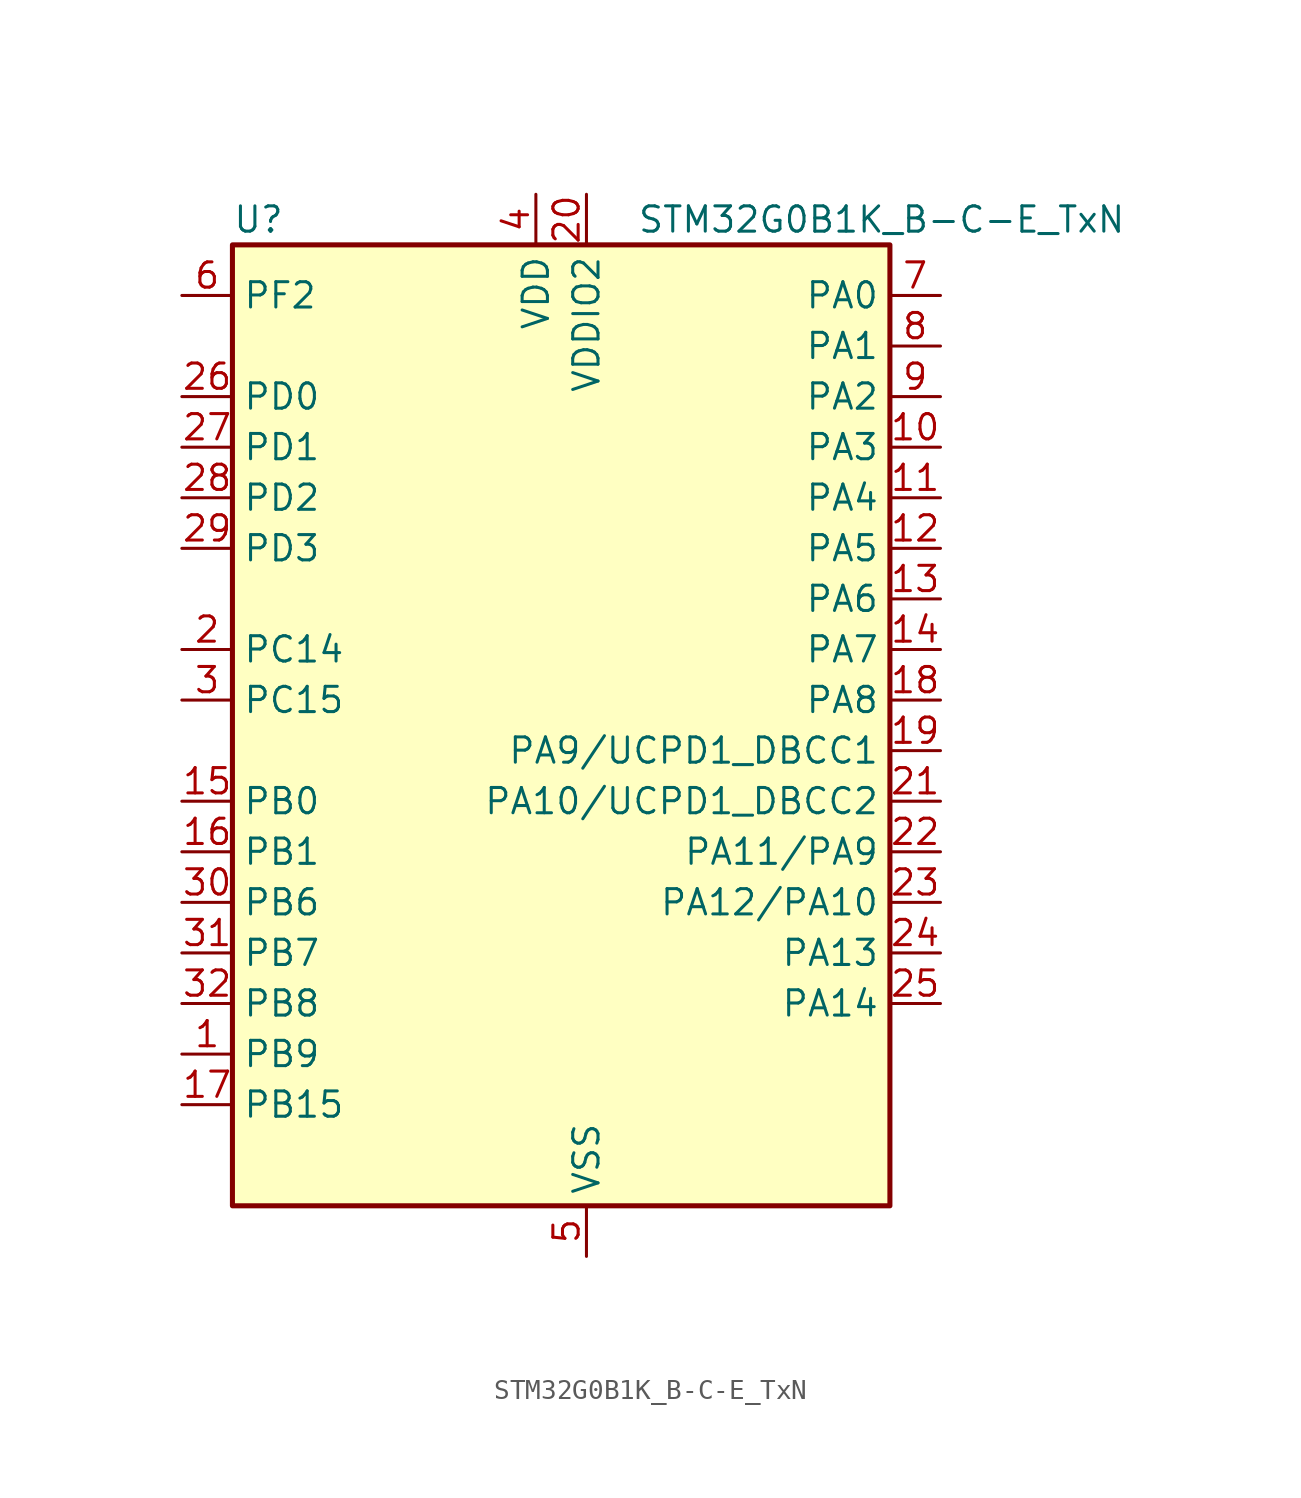
<source format=kicad_sym>
(kicad_symbol_lib
  (version 20220914)
  (generator kicad_symbol_editor)
  (symbol "STM32G0B1K_B-C-E_TxN"
    (property "Reference" "U"
      (at -15.24 26.67 0)
      (effects (font (size 1.27 1.27)) (justify left)))
    (property "Value" "STM32G0B1K_B-C-E_TxN"
      (at 5.08 26.67 0)
      (effects (font (size 1.27 1.27)) (justify left)))
    (property "ki_locked" ""
      (at 0 0 0)
      (effects (font (size 1.27 1.27))))
    (symbol "STM32G0B1K_B-C-E_TxN_0_1"
      (rectangle (start -15.24 -22.86) (end 17.78 25.4) (stroke (width 0.254) (type default)) (fill (type background))))
    (symbol "STM32G0B1K_B-C-E_TxN_1_1"
      (pin bidirectional line (at -17.78 -15.24 0) (length 2.54) (name "PB9" (effects (font (size 1.27 1.27)))) (number "1" (effects (font (size 1.27 1.27)))) (alternate "DAC1_EXTI9" bidirectional line) (alternate "FDCAN1_TX" bidirectional line) (alternate "I2C1_SDA" bidirectional line) (alternate "I2S2_WS" bidirectional line) (alternate "IR_OUT" bidirectional line) (alternate "SPI2_NSS" bidirectional line) (alternate "TIM17_CH1" bidirectional line) (alternate "TIM4_CH4" bidirectional line) (alternate "UCPD2_FRSTX1" bidirectional line) (alternate "UCPD2_FRSTX2" bidirectional line) (alternate "USART3_RX" bidirectional line) (alternate "USART6_RX" bidirectional line))
      (pin bidirectional line (at 20.32 15.24 180) (length 2.54) (name "PA3" (effects (font (size 1.27 1.27)))) (number "10" (effects (font (size 1.27 1.27)))) (alternate "ADC1_IN3" bidirectional line) (alternate "COMP2_INP" bidirectional line) (alternate "I2S2_MCK" bidirectional line) (alternate "LPUART1_RX" bidirectional line) (alternate "SPI2_MISO" bidirectional line) (alternate "TIM15_CH2" bidirectional line) (alternate "TIM2_CH4" bidirectional line) (alternate "UCPD2_FRSTX1" bidirectional line) (alternate "UCPD2_FRSTX2" bidirectional line) (alternate "USART2_RX" bidirectional line))
      (pin bidirectional line (at 20.32 12.7 180) (length 2.54) (name "PA4" (effects (font (size 1.27 1.27)))) (number "11" (effects (font (size 1.27 1.27)))) (alternate "ADC1_IN4" bidirectional line) (alternate "DAC1_OUT1" bidirectional line) (alternate "I2S1_WS" bidirectional line) (alternate "I2S2_SD" bidirectional line) (alternate "LPTIM2_OUT" bidirectional line) (alternate "RTC_OUT1" bidirectional line) (alternate "RTC_TAMP_IN1" bidirectional line) (alternate "RTC_TS" bidirectional line) (alternate "SPI1_NSS" bidirectional line) (alternate "SPI2_MOSI" bidirectional line) (alternate "SYS_WKUP2" bidirectional line) (alternate "TIM14_CH1" bidirectional line) (alternate "UCPD2_FRSTX1" bidirectional line) (alternate "UCPD2_FRSTX2" bidirectional line) (alternate "USART6_TX" bidirectional line) (alternate "USB_NOE" bidirectional line))
      (pin bidirectional line (at 20.32 10.16 180) (length 2.54) (name "PA5" (effects (font (size 1.27 1.27)))) (number "12" (effects (font (size 1.27 1.27)))) (alternate "ADC1_IN5" bidirectional line) (alternate "CEC" bidirectional line) (alternate "DAC1_OUT2" bidirectional line) (alternate "I2S1_CK" bidirectional line) (alternate "LPTIM2_ETR" bidirectional line) (alternate "SPI1_SCK" bidirectional line) (alternate "TIM2_CH1" bidirectional line) (alternate "TIM2_ETR" bidirectional line) (alternate "UCPD1_FRSTX1" bidirectional line) (alternate "UCPD1_FRSTX2" bidirectional line) (alternate "USART3_TX" bidirectional line) (alternate "USART6_RX" bidirectional line))
      (pin bidirectional line (at 20.32 7.62 180) (length 2.54) (name "PA6" (effects (font (size 1.27 1.27)))) (number "13" (effects (font (size 1.27 1.27)))) (alternate "ADC1_IN6" bidirectional line) (alternate "COMP1_OUT" bidirectional line) (alternate "I2C2_SDA" bidirectional line) (alternate "I2C3_SDA" bidirectional line) (alternate "I2S1_MCK" bidirectional line) (alternate "LPUART1_CTS" bidirectional line) (alternate "SPI1_MISO" bidirectional line) (alternate "TIM16_CH1" bidirectional line) (alternate "TIM1_BK" bidirectional line) (alternate "TIM3_CH1" bidirectional line) (alternate "USART3_CTS" bidirectional line) (alternate "USART3_NSS" bidirectional line) (alternate "USART6_CTS" bidirectional line) (alternate "USART6_NSS" bidirectional line))
      (pin bidirectional line (at 20.32 5.08 180) (length 2.54) (name "PA7" (effects (font (size 1.27 1.27)))) (number "14" (effects (font (size 1.27 1.27)))) (alternate "ADC1_IN7" bidirectional line) (alternate "COMP2_OUT" bidirectional line) (alternate "I2C2_SCL" bidirectional line) (alternate "I2C3_SCL" bidirectional line) (alternate "I2S1_SD" bidirectional line) (alternate "SPI1_MOSI" bidirectional line) (alternate "TIM14_CH1" bidirectional line) (alternate "TIM17_CH1" bidirectional line) (alternate "TIM1_CH1N" bidirectional line) (alternate "TIM3_CH2" bidirectional line) (alternate "UCPD1_FRSTX1" bidirectional line) (alternate "UCPD1_FRSTX2" bidirectional line) (alternate "USART6_CK" bidirectional line) (alternate "USART6_DE" bidirectional line) (alternate "USART6_RTS" bidirectional line))
      (pin bidirectional line (at -17.78 -2.54 0) (length 2.54) (name "PB0" (effects (font (size 1.27 1.27)))) (number "15" (effects (font (size 1.27 1.27)))) (alternate "ADC1_IN8" bidirectional line) (alternate "COMP1_OUT" bidirectional line) (alternate "COMP3_INP" bidirectional line) (alternate "FDCAN2_RX" bidirectional line) (alternate "I2S1_WS" bidirectional line) (alternate "LPTIM1_OUT" bidirectional line) (alternate "LPUART2_CTS" bidirectional line) (alternate "SPI1_NSS" bidirectional line) (alternate "TIM1_CH2N" bidirectional line) (alternate "TIM3_CH3" bidirectional line) (alternate "UCPD1_FRSTX1" bidirectional line) (alternate "UCPD1_FRSTX2" bidirectional line) (alternate "USART3_RX" bidirectional line) (alternate "USART5_TX" bidirectional line))
      (pin bidirectional line (at -17.78 -5.08 0) (length 2.54) (name "PB1" (effects (font (size 1.27 1.27)))) (number "16" (effects (font (size 1.27 1.27)))) (alternate "ADC1_IN9" bidirectional line) (alternate "COMP1_INM" bidirectional line) (alternate "COMP3_OUT" bidirectional line) (alternate "FDCAN2_TX" bidirectional line) (alternate "LPTIM2_IN1" bidirectional line) (alternate "LPUART1_DE" bidirectional line) (alternate "LPUART1_RTS" bidirectional line) (alternate "LPUART2_DE" bidirectional line) (alternate "LPUART2_RTS" bidirectional line) (alternate "TIM14_CH1" bidirectional line) (alternate "TIM1_CH3N" bidirectional line) (alternate "TIM3_CH4" bidirectional line) (alternate "USART3_CK" bidirectional line) (alternate "USART3_DE" bidirectional line) (alternate "USART3_RTS" bidirectional line) (alternate "USART5_RX" bidirectional line))
      (pin bidirectional line (at -17.78 -17.78 0) (length 2.54) (name "PB15" (effects (font (size 1.27 1.27)))) (number "17" (effects (font (size 1.27 1.27)))) (alternate "I2S2_SD" bidirectional line) (alternate "RTC_REFIN" bidirectional line) (alternate "SPI2_MOSI" bidirectional line) (alternate "TIM15_CH1N" bidirectional line) (alternate "TIM15_CH2" bidirectional line) (alternate "TIM1_CH3N" bidirectional line) (alternate "UCPD1_CC2" bidirectional line) (alternate "USART6_CTS" bidirectional line) (alternate "USART6_NSS" bidirectional line))
      (pin bidirectional line (at 20.32 2.54 180) (length 2.54) (name "PA8" (effects (font (size 1.27 1.27)))) (number "18" (effects (font (size 1.27 1.27)))) (alternate "CRS1_SYNC" bidirectional line) (alternate "I2C2_SMBA" bidirectional line) (alternate "I2S2_WS" bidirectional line) (alternate "LPTIM2_OUT" bidirectional line) (alternate "RCC_MCO" bidirectional line) (alternate "SPI2_NSS" bidirectional line) (alternate "TIM1_CH1" bidirectional line) (alternate "UCPD1_CC1" bidirectional line))
      (pin bidirectional line (at 20.32 0 180) (length 2.54) (name "PA9/UCPD1_DBCC1" (effects (font (size 1.27 1.27)))) (number "19" (effects (font (size 1.27 1.27)))) (alternate "DAC1_EXTI9" bidirectional line) (alternate "I2C1_SCL" bidirectional line) (alternate "I2C2_SCL" bidirectional line) (alternate "I2S2_MCK" bidirectional line) (alternate "RCC_MCO" bidirectional line) (alternate "SPI2_MISO" bidirectional line) (alternate "TIM15_BK" bidirectional line) (alternate "TIM1_CH2" bidirectional line) (alternate "UCPD1_DBCC1" bidirectional line) (alternate "USART1_TX" bidirectional line))
      (pin bidirectional line (at -17.78 5.08 0) (length 2.54) (name "PC14" (effects (font (size 1.27 1.27)))) (number "2" (effects (font (size 1.27 1.27)))) (alternate "RCC_OSC32_IN" bidirectional line) (alternate "RCC_OSC_IN" bidirectional line) (alternate "TIM1_BK2" bidirectional line))
      (pin power_in line (at 2.54 27.94 270) (length 2.54) (name "VDDIO2" (effects (font (size 1.27 1.27)))) (number "20" (effects (font (size 1.27 1.27)))))
      (pin bidirectional line (at 20.32 -2.54 180) (length 2.54) (name "PA10/UCPD1_DBCC2" (effects (font (size 1.27 1.27)))) (number "21" (effects (font (size 1.27 1.27)))) (alternate "I2C1_SDA" bidirectional line) (alternate "I2C2_SDA" bidirectional line) (alternate "I2S2_SD" bidirectional line) (alternate "RCC_MCO_2" bidirectional line) (alternate "SPI2_MOSI" bidirectional line) (alternate "TIM17_BK" bidirectional line) (alternate "TIM1_CH3" bidirectional line) (alternate "UCPD1_DBCC2" bidirectional line) (alternate "USART1_RX" bidirectional line))
      (pin bidirectional line (at 20.32 -5.08 180) (length 2.54) (name "PA11/PA9" (effects (font (size 1.27 1.27)))) (number "22" (effects (font (size 1.27 1.27)))) (alternate "ADC1_EXTI11" bidirectional line) (alternate "COMP1_OUT" bidirectional line) (alternate "FDCAN1_RX" bidirectional line) (alternate "I2C2_SCL" bidirectional line) (alternate "I2S1_MCK" bidirectional line) (alternate "SPI1_MISO" bidirectional line) (alternate "TIM1_BK2" bidirectional line) (alternate "TIM1_CH4" bidirectional line) (alternate "USART1_CTS" bidirectional line) (alternate "USART1_NSS" bidirectional line) (alternate "USB_DM" bidirectional line))
      (pin bidirectional line (at 20.32 -7.62 180) (length 2.54) (name "PA12/PA10" (effects (font (size 1.27 1.27)))) (number "23" (effects (font (size 1.27 1.27)))) (alternate "COMP2_OUT" bidirectional line) (alternate "FDCAN1_TX" bidirectional line) (alternate "I2C2_SDA" bidirectional line) (alternate "I2S1_SD" bidirectional line) (alternate "I2S_CKIN" bidirectional line) (alternate "SPI1_MOSI" bidirectional line) (alternate "TIM1_ETR" bidirectional line) (alternate "USART1_CK" bidirectional line) (alternate "USART1_DE" bidirectional line) (alternate "USART1_RTS" bidirectional line) (alternate "USB_DP" bidirectional line))
      (pin bidirectional line (at 20.32 -10.16 180) (length 2.54) (name "PA13" (effects (font (size 1.27 1.27)))) (number "24" (effects (font (size 1.27 1.27)))) (alternate "IR_OUT" bidirectional line) (alternate "LPUART2_RX" bidirectional line) (alternate "SYS_SWDIO" bidirectional line) (alternate "USB_NOE" bidirectional line))
      (pin bidirectional line (at 20.32 -12.7 180) (length 2.54) (name "PA14" (effects (font (size 1.27 1.27)))) (number "25" (effects (font (size 1.27 1.27)))) (alternate "LPUART2_TX" bidirectional line) (alternate "SYS_SWCLK" bidirectional line) (alternate "USART2_TX" bidirectional line))
      (pin bidirectional line (at -17.78 17.78 0) (length 2.54) (name "PD0" (effects (font (size 1.27 1.27)))) (number "26" (effects (font (size 1.27 1.27)))) (alternate "FDCAN1_RX" bidirectional line) (alternate "I2S2_WS" bidirectional line) (alternate "SPI2_NSS" bidirectional line) (alternate "TIM16_CH1" bidirectional line) (alternate "UCPD2_CC1" bidirectional line))
      (pin bidirectional line (at -17.78 15.24 0) (length 2.54) (name "PD1" (effects (font (size 1.27 1.27)))) (number "27" (effects (font (size 1.27 1.27)))) (alternate "FDCAN1_TX" bidirectional line) (alternate "I2S2_CK" bidirectional line) (alternate "SPI2_SCK" bidirectional line) (alternate "TIM17_CH1" bidirectional line) (alternate "UCPD2_DBCC1" bidirectional line))
      (pin bidirectional line (at -17.78 12.7 0) (length 2.54) (name "PD2" (effects (font (size 1.27 1.27)))) (number "28" (effects (font (size 1.27 1.27)))) (alternate "TIM1_CH1N" bidirectional line) (alternate "TIM3_ETR" bidirectional line) (alternate "UCPD2_CC2" bidirectional line) (alternate "USART3_CK" bidirectional line) (alternate "USART3_DE" bidirectional line) (alternate "USART3_RTS" bidirectional line) (alternate "USART5_RX" bidirectional line))
      (pin bidirectional line (at -17.78 10.16 0) (length 2.54) (name "PD3" (effects (font (size 1.27 1.27)))) (number "29" (effects (font (size 1.27 1.27)))) (alternate "I2S2_MCK" bidirectional line) (alternate "SPI2_MISO" bidirectional line) (alternate "TIM1_CH2N" bidirectional line) (alternate "UCPD2_DBCC2" bidirectional line) (alternate "USART2_CTS" bidirectional line) (alternate "USART2_NSS" bidirectional line) (alternate "USART5_TX" bidirectional line))
      (pin bidirectional line (at -17.78 2.54 0) (length 2.54) (name "PC15" (effects (font (size 1.27 1.27)))) (number "3" (effects (font (size 1.27 1.27)))) (alternate "RCC_OSC32_EN" bidirectional line) (alternate "RCC_OSC32_OUT" bidirectional line) (alternate "RCC_OSC_EN" bidirectional line) (alternate "TIM15_BK" bidirectional line))
      (pin bidirectional line (at -17.78 -7.62 0) (length 2.54) (name "PB6" (effects (font (size 1.27 1.27)))) (number "30" (effects (font (size 1.27 1.27)))) (alternate "COMP2_INP" bidirectional line) (alternate "FDCAN2_TX" bidirectional line) (alternate "I2C1_SCL" bidirectional line) (alternate "I2S2_MCK" bidirectional line) (alternate "LPTIM1_ETR" bidirectional line) (alternate "LPUART2_TX" bidirectional line) (alternate "SPI2_MISO" bidirectional line) (alternate "TIM16_CH1N" bidirectional line) (alternate "TIM1_CH3" bidirectional line) (alternate "TIM4_CH1" bidirectional line) (alternate "USART1_TX" bidirectional line) (alternate "USART5_CTS" bidirectional line) (alternate "USART5_NSS" bidirectional line))
      (pin bidirectional line (at -17.78 -10.16 0) (length 2.54) (name "PB7" (effects (font (size 1.27 1.27)))) (number "31" (effects (font (size 1.27 1.27)))) (alternate "COMP2_INM" bidirectional line) (alternate "I2C1_SDA" bidirectional line) (alternate "I2S2_SD" bidirectional line) (alternate "LPTIM1_IN2" bidirectional line) (alternate "LPUART2_RX" bidirectional line) (alternate "SPI2_MOSI" bidirectional line) (alternate "SYS_PVD_IN" bidirectional line) (alternate "TIM17_CH1N" bidirectional line) (alternate "TIM4_CH2" bidirectional line) (alternate "USART1_RX" bidirectional line) (alternate "USART4_CTS" bidirectional line) (alternate "USART4_NSS" bidirectional line))
      (pin bidirectional line (at -17.78 -12.7 0) (length 2.54) (name "PB8" (effects (font (size 1.27 1.27)))) (number "32" (effects (font (size 1.27 1.27)))) (alternate "CEC" bidirectional line) (alternate "FDCAN1_RX" bidirectional line) (alternate "I2C1_SCL" bidirectional line) (alternate "I2S2_CK" bidirectional line) (alternate "SPI2_SCK" bidirectional line) (alternate "TIM15_BK" bidirectional line) (alternate "TIM16_CH1" bidirectional line) (alternate "TIM4_CH3" bidirectional line) (alternate "USART3_TX" bidirectional line) (alternate "USART6_TX" bidirectional line))
      (pin power_in line (at 0 27.94 270) (length 2.54) (name "VDD" (effects (font (size 1.27 1.27)))) (number "4" (effects (font (size 1.27 1.27)))))
      (pin power_in line (at 2.54 -25.4 90) (length 2.54) (name "VSS" (effects (font (size 1.27 1.27)))) (number "5" (effects (font (size 1.27 1.27)))))
      (pin bidirectional line (at -17.78 22.86 0) (length 2.54) (name "PF2" (effects (font (size 1.27 1.27)))) (number "6" (effects (font (size 1.27 1.27)))) (alternate "LPUART2_DE" bidirectional line) (alternate "LPUART2_RTS" bidirectional line) (alternate "LPUART2_TX" bidirectional line) (alternate "RCC_MCO" bidirectional line))
      (pin bidirectional line (at 20.32 22.86 180) (length 2.54) (name "PA0" (effects (font (size 1.27 1.27)))) (number "7" (effects (font (size 1.27 1.27)))) (alternate "ADC1_IN0" bidirectional line) (alternate "COMP1_INM" bidirectional line) (alternate "COMP1_OUT" bidirectional line) (alternate "I2S2_CK" bidirectional line) (alternate "LPTIM1_OUT" bidirectional line) (alternate "RTC_TAMP_IN2" bidirectional line) (alternate "SPI2_SCK" bidirectional line) (alternate "SYS_WKUP1" bidirectional line) (alternate "TIM2_CH1" bidirectional line) (alternate "TIM2_ETR" bidirectional line) (alternate "UCPD2_FRSTX1" bidirectional line) (alternate "UCPD2_FRSTX2" bidirectional line) (alternate "USART2_CTS" bidirectional line) (alternate "USART2_NSS" bidirectional line) (alternate "USART4_TX" bidirectional line))
      (pin bidirectional line (at 20.32 20.32 180) (length 2.54) (name "PA1" (effects (font (size 1.27 1.27)))) (number "8" (effects (font (size 1.27 1.27)))) (alternate "ADC1_IN1" bidirectional line) (alternate "COMP1_INP" bidirectional line) (alternate "I2C1_SMBA" bidirectional line) (alternate "I2S1_CK" bidirectional line) (alternate "SPI1_SCK" bidirectional line) (alternate "TIM15_CH1N" bidirectional line) (alternate "TIM2_CH2" bidirectional line) (alternate "USART2_CK" bidirectional line) (alternate "USART2_DE" bidirectional line) (alternate "USART2_RTS" bidirectional line) (alternate "USART4_RX" bidirectional line))
      (pin bidirectional line (at 20.32 17.78 180) (length 2.54) (name "PA2" (effects (font (size 1.27 1.27)))) (number "9" (effects (font (size 1.27 1.27)))) (alternate "ADC1_IN2" bidirectional line) (alternate "COMP2_INM" bidirectional line) (alternate "COMP2_OUT" bidirectional line) (alternate "I2S1_SD" bidirectional line) (alternate "LPUART1_TX" bidirectional line) (alternate "RCC_LSCO" bidirectional line) (alternate "SPI1_MOSI" bidirectional line) (alternate "SYS_WKUP4" bidirectional line) (alternate "TIM15_CH1" bidirectional line) (alternate "TIM2_CH3" bidirectional line) (alternate "UCPD1_FRSTX1" bidirectional line) (alternate "UCPD1_FRSTX2" bidirectional line) (alternate "USART2_TX" bidirectional line)))))
</source>
